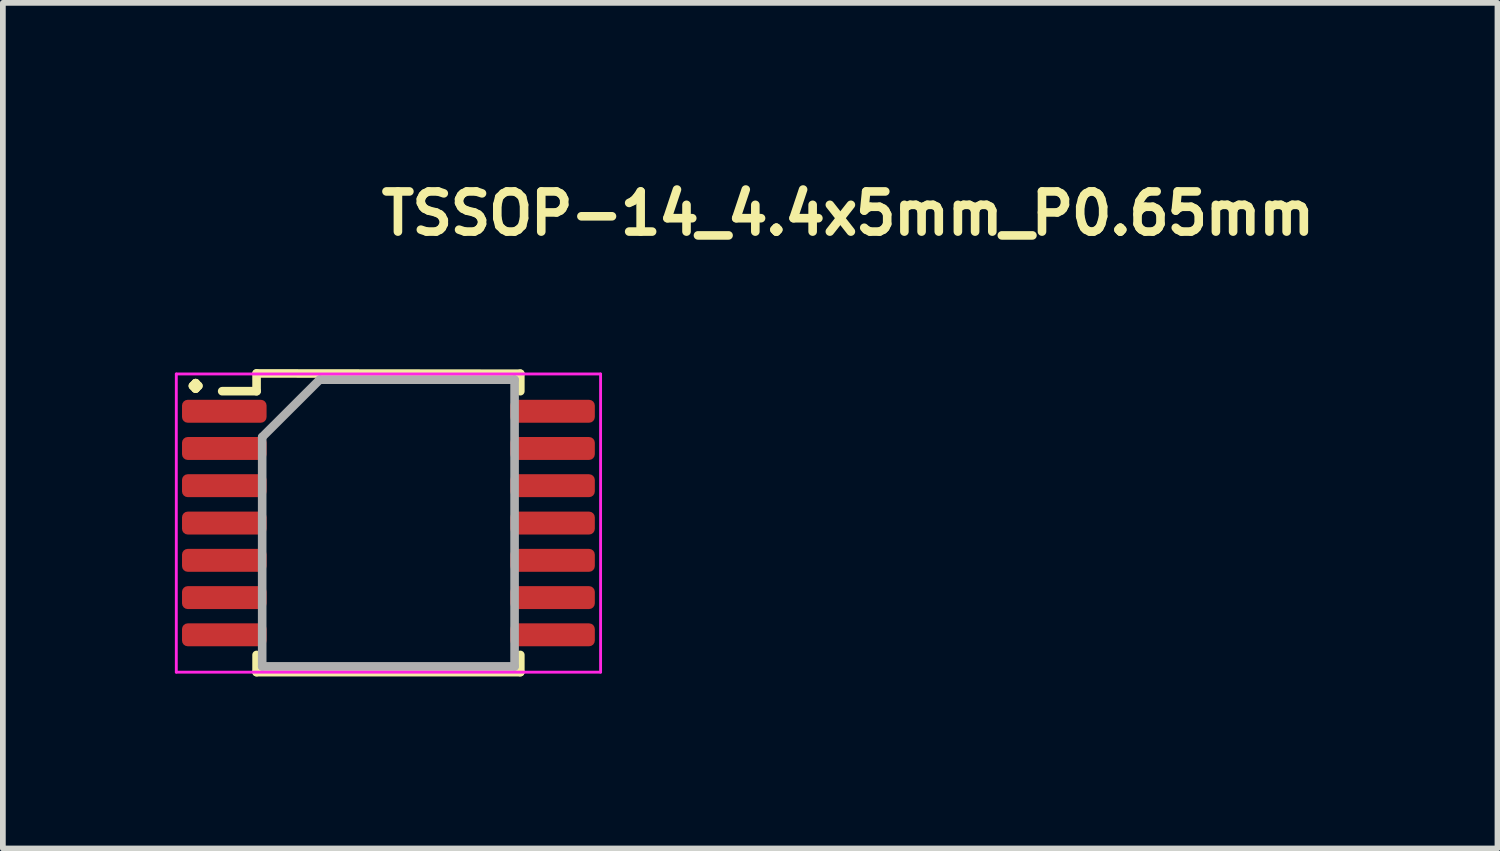
<source format=kicad_pcb>
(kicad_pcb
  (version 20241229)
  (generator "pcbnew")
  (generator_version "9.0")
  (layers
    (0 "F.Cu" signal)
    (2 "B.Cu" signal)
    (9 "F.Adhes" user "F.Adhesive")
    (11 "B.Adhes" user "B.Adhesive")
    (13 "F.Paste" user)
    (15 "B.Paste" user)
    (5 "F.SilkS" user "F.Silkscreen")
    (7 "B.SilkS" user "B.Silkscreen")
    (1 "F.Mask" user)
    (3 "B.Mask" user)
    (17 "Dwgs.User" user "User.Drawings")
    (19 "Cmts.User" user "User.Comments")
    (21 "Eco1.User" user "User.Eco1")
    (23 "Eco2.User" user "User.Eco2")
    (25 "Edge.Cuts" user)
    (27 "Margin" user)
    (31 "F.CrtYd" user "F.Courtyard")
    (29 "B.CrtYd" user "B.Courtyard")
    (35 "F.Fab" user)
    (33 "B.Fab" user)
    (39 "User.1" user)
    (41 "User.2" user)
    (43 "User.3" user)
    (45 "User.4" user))
  (footprint "TSSOP-14_4.4x5mm_P0.65mm"
    (layer "F.Cu")
    (at 3.725 6.073)
    (property "Reference" "TSSOP-14_4.4x5mm_P0.65mm" (at -0.2 -5.4 0) (layer "F.SilkS") (effects (font (size 0.7 0.7) (thickness 0.15)) (justify left)))
    (attr smd)
    (fp_line (start -2.9 -2.3) (end -2.3 -2.3) (stroke (width 0.15) (type solid)) (layer "F.SilkS"))
    (fp_line (start -2.3 -2.61) (end -2.3 -2.3) (stroke (width 0.15) (type solid)) (layer "F.SilkS"))
    (fp_line (start -2.3 -2.61) (end 2.3 -2.605) (stroke (width 0.15) (type solid)) (layer "F.SilkS"))
    (fp_line (start -2.3 2.6) (end -2.3 2.3) (stroke (width 0.15) (type solid)) (layer "F.SilkS"))
    (fp_line (start 2.3 -2.3) (end 2.3 -2.605) (stroke (width 0.15) (type solid)) (layer "F.SilkS"))
    (fp_line (start 2.3 2.3) (end 2.3 2.6) (stroke (width 0.15) (type solid)) (layer "F.SilkS"))
    (fp_line (start 2.3 2.6) (end -2.3 2.6) (stroke (width 0.15) (type solid)) (layer "F.SilkS"))
    (fp_line (start -3.7 -2.6) (end -3.7 2.6) (stroke (width 0.05) (type solid)) (layer "F.CrtYd"))
    (fp_line (start -3.7 2.6) (end 3.7 2.6) (stroke (width 0.05) (type solid)) (layer "F.CrtYd"))
    (fp_line (start 3.7 -2.6) (end -3.7 -2.6) (stroke (width 0.05) (type solid)) (layer "F.CrtYd"))
    (fp_line (start 3.7 2.6) (end 3.7 -2.6) (stroke (width 0.05) (type solid)) (layer "F.CrtYd"))
    (fp_line (start -2.202 -1.5) (end -1.2 -2.5) (stroke (width 0.15) (type solid)) (layer "F.Fab"))
    (fp_line (start -2.202 2.499) (end -2.202 -1.5) (stroke (width 0.15) (type solid)) (layer "F.Fab"))
    (fp_line (start -1.2 -2.5) (end 2.2 -2.5) (stroke (width 0.15) (type solid)) (layer "F.Fab"))
    (fp_line (start 2.2 -2.5) (end 2.2 2.499) (stroke (width 0.15) (type solid)) (layer "F.Fab"))
    (fp_line (start 2.2 2.499) (end -2.202 2.499) (stroke (width 0.15) (type solid)) (layer "F.Fab"))
    (fp_rect (start -2.202 -2.5) (end 2.2 2.499) (stroke (width 0.1) (type solid)) (fill no) (layer "User.5"))
    (fp_line (start -3.27 -2.115) (end -3.27 -1.79) (stroke (width 0.02) (type solid)) (layer "User.9"))
    (fp_line (start -3.27 -1.79) (end -2.21 -1.79) (stroke (width 0.02) (type solid)) (layer "User.9"))
    (fp_line (start -3.27 -1.465) (end -3.27 -1.14) (stroke (width 0.02) (type solid)) (layer "User.9"))
    (fp_line (start -3.27 -1.14) (end -2.21 -1.14) (stroke (width 0.02) (type solid)) (layer "User.9"))
    (fp_line (start -3.27 -0.815) (end -3.27 -0.49) (stroke (width 0.02) (type solid)) (layer "User.9"))
    (fp_line (start -3.27 -0.49) (end -2.21 -0.49) (stroke (width 0.02) (type solid)) (layer "User.9"))
    (fp_line (start -3.27 -0.165) (end -3.27 0.16) (stroke (width 0.02) (type solid)) (layer "User.9"))
    (fp_line (start -3.27 0.16) (end -2.21 0.16) (stroke (width 0.02) (type solid)) (layer "User.9"))
    (fp_line (start -3.27 0.485) (end -3.27 0.81) (stroke (width 0.02) (type solid)) (layer "User.9"))
    (fp_line (start -3.27 0.81) (end -2.21 0.81) (stroke (width 0.02) (type solid)) (layer "User.9"))
    (fp_line (start -3.27 1.135) (end -3.27 1.46) (stroke (width 0.02) (type solid)) (layer "User.9"))
    (fp_line (start -3.27 1.46) (end -2.21 1.46) (stroke (width 0.02) (type solid)) (layer "User.9"))
    (fp_line (start -3.27 1.785) (end -3.27 2.11) (stroke (width 0.02) (type solid)) (layer "User.9"))
    (fp_line (start -3.27 2.11) (end -2.21 2.11) (stroke (width 0.02) (type solid)) (layer "User.9"))
    (fp_line (start -2.21 -2.12) (end -3.27 -2.12) (stroke (width 0.02) (type solid)) (layer "User.9"))
    (fp_line (start -2.21 -1.47) (end -3.27 -1.47) (stroke (width 0.02) (type solid)) (layer "User.9"))
    (fp_line (start -2.21 -0.82) (end -3.27 -0.82) (stroke (width 0.02) (type solid)) (layer "User.9"))
    (fp_line (start -2.21 -0.17) (end -3.27 -0.17) (stroke (width 0.02) (type solid)) (layer "User.9"))
    (fp_line (start -2.21 0.48) (end -3.27 0.48) (stroke (width 0.02) (type solid)) (layer "User.9"))
    (fp_line (start -2.21 1.13) (end -3.27 1.13) (stroke (width 0.02) (type solid)) (layer "User.9"))
    (fp_line (start -2.21 1.78) (end -3.27 1.78) (stroke (width 0.02) (type solid)) (layer "User.9"))
    (fp_line (start -2.202 -2.5) (end 2.2 -2.5) (stroke (width 0.02) (type solid)) (layer "User.9"))
    (fp_line (start -2.202 2.499) (end -2.202 -2.5) (stroke (width 0.02) (type solid)) (layer "User.9"))
    (fp_line (start -2.202 2.499) (end 2.2 2.499) (stroke (width 0.02) (type solid)) (layer "User.9"))
    (fp_line (start -1.901 -1.988) (end -1.901 -1.976) (stroke (width 0.02) (type solid)) (layer "User.9"))
    (fp_line (start -1.901 -1.976) (end -1.901 -1.976) (stroke (width 0.02) (type solid)) (layer "User.9"))
    (fp_line (start -1.901 -1.976) (end -1.901 -1.964) (stroke (width 0.02) (type solid)) (layer "User.9"))
    (fp_line (start -1.901 -1.964) (end -1.899 -1.952) (stroke (width 0.02) (type solid)) (layer "User.9"))
    (fp_line (start -1.899 -2.011) (end -1.899 -2) (stroke (width 0.02) (type solid)) (layer "User.9"))
    (fp_line (start -1.899 -2) (end -1.901 -1.988) (stroke (width 0.02) (type solid)) (layer "User.9"))
    (fp_line (start -1.899 -1.952) (end -1.899 -1.942) (stroke (width 0.02) (type solid)) (layer "User.9"))
    (fp_line (start -1.899 -1.942) (end -1.897 -1.93) (stroke (width 0.02) (type solid)) (layer "User.9"))
    (fp_line (start -1.897 -2.021) (end -1.899 -2.011) (stroke (width 0.02) (type solid)) (layer "User.9"))
    (fp_line (start -1.897 -1.93) (end -1.893 -1.919) (stroke (width 0.02) (type solid)) (layer "User.9"))
    (fp_line (start -1.893 -2.032) (end -1.897 -2.021) (stroke (width 0.02) (type solid)) (layer "User.9"))
    (fp_line (start -1.893 -1.919) (end -1.891 -1.909) (stroke (width 0.02) (type solid)) (layer "User.9"))
    (fp_line (start -1.891 -2.043) (end -1.893 -2.032) (stroke (width 0.02) (type solid)) (layer "User.9"))
    (fp_line (start -1.891 -1.909) (end -1.887 -1.899) (stroke (width 0.02) (type solid)) (layer "User.9"))
    (fp_line (start -1.887 -2.053) (end -1.891 -2.043) (stroke (width 0.02) (type solid)) (layer "User.9"))
    (fp_line (start -1.887 -1.899) (end -1.883 -1.889) (stroke (width 0.02) (type solid)) (layer "User.9"))
    (fp_line (start -1.883 -2.064) (end -1.887 -2.053) (stroke (width 0.02) (type solid)) (layer "User.9"))
    (fp_line (start -1.883 -1.889) (end -1.879 -1.879) (stroke (width 0.02) (type solid)) (layer "User.9"))
    (fp_line (start -1.879 -2.073) (end -1.883 -2.064) (stroke (width 0.02) (type solid)) (layer "User.9"))
    (fp_line (start -1.879 -1.879) (end -1.873 -1.869) (stroke (width 0.02) (type solid)) (layer "User.9"))
    (fp_line (start -1.873 -2.084) (end -1.879 -2.073) (stroke (width 0.02) (type solid)) (layer "User.9"))
    (fp_line (start -1.873 -1.869) (end -1.869 -1.859) (stroke (width 0.02) (type solid)) (layer "User.9"))
    (fp_line (start -1.869 -2.093) (end -1.873 -2.084) (stroke (width 0.02) (type solid)) (layer "User.9"))
    (fp_line (start -1.869 -1.859) (end -1.863 -1.851) (stroke (width 0.02) (type solid)) (layer "User.9"))
    (fp_line (start -1.863 -2.101) (end -1.869 -2.093) (stroke (width 0.02) (type solid)) (layer "User.9"))
    (fp_line (start -1.863 -1.851) (end -1.857 -1.841) (stroke (width 0.02) (type solid)) (layer "User.9"))
    (fp_line (start -1.857 -2.11) (end -1.863 -2.101) (stroke (width 0.02) (type solid)) (layer "User.9"))
    (fp_line (start -1.857 -1.841) (end -1.849 -1.833) (stroke (width 0.02) (type solid)) (layer "User.9"))
    (fp_line (start -1.849 -2.12) (end -1.857 -2.11) (stroke (width 0.02) (type solid)) (layer "User.9"))
    (fp_line (start -1.849 -1.833) (end -1.843 -1.825) (stroke (width 0.02) (type solid)) (layer "User.9"))
    (fp_line (start -1.843 -2.128) (end -1.849 -2.12) (stroke (width 0.02) (type solid)) (layer "User.9"))
    (fp_line (start -1.843 -1.825) (end -1.835 -1.817) (stroke (width 0.02) (type solid)) (layer "User.9"))
    (fp_line (start -1.835 -2.136) (end -1.843 -2.128) (stroke (width 0.02) (type solid)) (layer "User.9"))
    (fp_line (start -1.835 -1.817) (end -1.827 -1.809) (stroke (width 0.02) (type solid)) (layer "User.9"))
    (fp_line (start -1.827 -2.142) (end -1.835 -2.136) (stroke (width 0.02) (type solid)) (layer "User.9"))
    (fp_line (start -1.827 -1.809) (end -1.819 -1.803) (stroke (width 0.02) (type solid)) (layer "User.9"))
    (fp_line (start -1.819 -2.149) (end -1.827 -2.142) (stroke (width 0.02) (type solid)) (layer "User.9"))
    (fp_line (start -1.819 -1.803) (end -1.811 -1.795) (stroke (width 0.02) (type solid)) (layer "User.9"))
    (fp_line (start -1.811 -2.157) (end -1.819 -2.149) (stroke (width 0.02) (type solid)) (layer "User.9"))
    (fp_line (start -1.811 -1.795) (end -1.801 -1.79) (stroke (width 0.02) (type solid)) (layer "User.9"))
    (fp_line (start -1.801 -2.162) (end -1.811 -2.157) (stroke (width 0.02) (type solid)) (layer "User.9"))
    (fp_line (start -1.801 -1.79) (end -1.792 -1.784) (stroke (width 0.02) (type solid)) (layer "User.9"))
    (fp_line (start -1.792 -2.169) (end -1.801 -2.162) (stroke (width 0.02) (type solid)) (layer "User.9"))
    (fp_line (start -1.792 -1.784) (end -1.784 -1.778) (stroke (width 0.02) (type solid)) (layer "User.9"))
    (fp_line (start -1.784 -2.173) (end -1.792 -2.169) (stroke (width 0.02) (type solid)) (layer "User.9"))
    (fp_line (start -1.784 -1.778) (end -1.774 -1.774) (stroke (width 0.02) (type solid)) (layer "User.9"))
    (fp_line (start -1.774 -2.178) (end -1.784 -2.173) (stroke (width 0.02) (type solid)) (layer "User.9"))
    (fp_line (start -1.774 -1.774) (end -1.764 -1.768) (stroke (width 0.02) (type solid)) (layer "User.9"))
    (fp_line (start -1.764 -2.183) (end -1.774 -2.178) (stroke (width 0.02) (type solid)) (layer "User.9"))
    (fp_line (start -1.764 -1.768) (end -1.754 -1.764) (stroke (width 0.02) (type solid)) (layer "User.9"))
    (fp_line (start -1.754 -2.187) (end -1.764 -2.183) (stroke (width 0.02) (type solid)) (layer "User.9"))
    (fp_line (start -1.754 -1.764) (end -1.742 -1.762) (stroke (width 0.02) (type solid)) (layer "User.9"))
    (fp_line (start -1.742 -2.19) (end -1.754 -2.187) (stroke (width 0.02) (type solid)) (layer "User.9"))
    (fp_line (start -1.742 -1.762) (end -1.732 -1.758) (stroke (width 0.02) (type solid)) (layer "User.9"))
    (fp_line (start -1.732 -2.194) (end -1.742 -2.19) (stroke (width 0.02) (type solid)) (layer "User.9"))
    (fp_line (start -1.732 -1.758) (end -1.722 -1.756) (stroke (width 0.02) (type solid)) (layer "User.9"))
    (fp_line (start -1.722 -2.197) (end -1.732 -2.194) (stroke (width 0.02) (type solid)) (layer "User.9"))
    (fp_line (start -1.722 -1.756) (end -1.71 -1.754) (stroke (width 0.02) (type solid)) (layer "User.9"))
    (fp_line (start -1.71 -2.198) (end -1.722 -2.197) (stroke (width 0.02) (type solid)) (layer "User.9"))
    (fp_line (start -1.71 -1.754) (end -1.7 -1.752) (stroke (width 0.02) (type solid)) (layer "User.9"))
    (fp_line (start -1.7 -2.199) (end -1.71 -2.198) (stroke (width 0.02) (type solid)) (layer "User.9"))
    (fp_line (start -1.7 -1.752) (end -1.688 -1.752) (stroke (width 0.02) (type solid)) (layer "User.9"))
    (fp_line (start -1.688 -2.201) (end -1.7 -2.199) (stroke (width 0.02) (type solid)) (layer "User.9"))
    (fp_line (start -1.688 -1.752) (end -1.676 -1.75) (stroke (width 0.02) (type solid)) (layer "User.9"))
    (fp_line (start -1.676 -2.202) (end -1.688 -2.201) (stroke (width 0.02) (type solid)) (layer "User.9"))
    (fp_line (start -1.676 -2.202) (end -1.676 -2.202) (stroke (width 0.02) (type solid)) (layer "User.9"))
    (fp_line (start -1.676 -1.75) (end -1.676 -1.75) (stroke (width 0.02) (type solid)) (layer "User.9"))
    (fp_line (start -1.676 -1.75) (end -1.665 -1.752) (stroke (width 0.02) (type solid)) (layer "User.9"))
    (fp_line (start -1.665 -2.201) (end -1.676 -2.202) (stroke (width 0.02) (type solid)) (layer "User.9"))
    (fp_line (start -1.665 -1.752) (end -1.653 -1.752) (stroke (width 0.02) (type solid)) (layer "User.9"))
    (fp_line (start -1.653 -2.199) (end -1.665 -2.201) (stroke (width 0.02) (type solid)) (layer "User.9"))
    (fp_line (start -1.653 -1.752) (end -1.641 -1.754) (stroke (width 0.02) (type solid)) (layer "User.9"))
    (fp_line (start -1.641 -2.198) (end -1.653 -2.199) (stroke (width 0.02) (type solid)) (layer "User.9"))
    (fp_line (start -1.641 -1.754) (end -1.631 -1.756) (stroke (width 0.02) (type solid)) (layer "User.9"))
    (fp_line (start -1.631 -2.197) (end -1.641 -2.198) (stroke (width 0.02) (type solid)) (layer "User.9"))
    (fp_line (start -1.631 -1.756) (end -1.619 -1.758) (stroke (width 0.02) (type solid)) (layer "User.9"))
    (fp_line (start -1.619 -2.194) (end -1.631 -2.197) (stroke (width 0.02) (type solid)) (layer "User.9"))
    (fp_line (start -1.619 -1.758) (end -1.609 -1.762) (stroke (width 0.02) (type solid)) (layer "User.9"))
    (fp_line (start -1.609 -2.19) (end -1.619 -2.194) (stroke (width 0.02) (type solid)) (layer "User.9"))
    (fp_line (start -1.609 -1.762) (end -1.599 -1.764) (stroke (width 0.02) (type solid)) (layer "User.9"))
    (fp_line (start -1.599 -2.187) (end -1.609 -2.19) (stroke (width 0.02) (type solid)) (layer "User.9"))
    (fp_line (start -1.599 -1.764) (end -1.589 -1.768) (stroke (width 0.02) (type solid)) (layer "User.9"))
    (fp_line (start -1.589 -2.183) (end -1.599 -2.187) (stroke (width 0.02) (type solid)) (layer "User.9"))
    (fp_line (start -1.589 -1.768) (end -1.579 -1.774) (stroke (width 0.02) (type solid)) (layer "User.9"))
    (fp_line (start -1.579 -2.178) (end -1.589 -2.183) (stroke (width 0.02) (type solid)) (layer "User.9"))
    (fp_line (start -1.579 -1.774) (end -1.569 -1.778) (stroke (width 0.02) (type solid)) (layer "User.9"))
    (fp_line (start -1.569 -2.173) (end -1.579 -2.178) (stroke (width 0.02) (type solid)) (layer "User.9"))
    (fp_line (start -1.569 -1.778) (end -1.559 -1.784) (stroke (width 0.02) (type solid)) (layer "User.9"))
    (fp_line (start -1.559 -2.169) (end -1.569 -2.173) (stroke (width 0.02) (type solid)) (layer "User.9"))
    (fp_line (start -1.559 -1.784) (end -1.551 -1.79) (stroke (width 0.02) (type solid)) (layer "User.9"))
    (fp_line (start -1.551 -2.162) (end -1.559 -2.169) (stroke (width 0.02) (type solid)) (layer "User.9"))
    (fp_line (start -1.551 -1.79) (end -1.541 -1.795) (stroke (width 0.02) (type solid)) (layer "User.9"))
    (fp_line (start -1.541 -2.157) (end -1.551 -2.162) (stroke (width 0.02) (type solid)) (layer "User.9"))
    (fp_line (start -1.541 -1.795) (end -1.532 -1.803) (stroke (width 0.02) (type solid)) (layer "User.9"))
    (fp_line (start -1.532 -2.149) (end -1.541 -2.157) (stroke (width 0.02) (type solid)) (layer "User.9"))
    (fp_line (start -1.532 -1.803) (end -1.524 -1.809) (stroke (width 0.02) (type solid)) (layer "User.9"))
    (fp_line (start -1.524 -2.142) (end -1.532 -2.149) (stroke (width 0.02) (type solid)) (layer "User.9"))
    (fp_line (start -1.524 -1.809) (end -1.516 -1.817) (stroke (width 0.02) (type solid)) (layer "User.9"))
    (fp_line (start -1.516 -2.136) (end -1.524 -2.142) (stroke (width 0.02) (type solid)) (layer "User.9"))
    (fp_line (start -1.516 -1.817) (end -1.51 -1.825) (stroke (width 0.02) (type solid)) (layer "User.9"))
    (fp_line (start -1.51 -2.128) (end -1.516 -2.136) (stroke (width 0.02) (type solid)) (layer "User.9"))
    (fp_line (start -1.51 -1.825) (end -1.502 -1.833) (stroke (width 0.02) (type solid)) (layer "User.9"))
    (fp_line (start -1.502 -2.12) (end -1.51 -2.128) (stroke (width 0.02) (type solid)) (layer "User.9"))
    (fp_line (start -1.502 -1.833) (end -1.496 -1.841) (stroke (width 0.02) (type solid)) (layer "User.9"))
    (fp_line (start -1.496 -2.11) (end -1.502 -2.12) (stroke (width 0.02) (type solid)) (layer "User.9"))
    (fp_line (start -1.496 -1.841) (end -1.49 -1.851) (stroke (width 0.02) (type solid)) (layer "User.9"))
    (fp_line (start -1.49 -2.101) (end -1.496 -2.11) (stroke (width 0.02) (type solid)) (layer "User.9"))
    (fp_line (start -1.49 -1.851) (end -1.484 -1.859) (stroke (width 0.02) (type solid)) (layer "User.9"))
    (fp_line (start -1.484 -2.093) (end -1.49 -2.101) (stroke (width 0.02) (type solid)) (layer "User.9"))
    (fp_line (start -1.484 -1.859) (end -1.478 -1.869) (stroke (width 0.02) (type solid)) (layer "User.9"))
    (fp_line (start -1.478 -2.084) (end -1.484 -2.093) (stroke (width 0.02) (type solid)) (layer "User.9"))
    (fp_line (start -1.478 -1.869) (end -1.474 -1.879) (stroke (width 0.02) (type solid)) (layer "User.9"))
    (fp_line (start -1.474 -2.073) (end -1.478 -2.084) (stroke (width 0.02) (type solid)) (layer "User.9"))
    (fp_line (start -1.474 -1.879) (end -1.468 -1.889) (stroke (width 0.02) (type solid)) (layer "User.9"))
    (fp_line (start -1.468 -2.064) (end -1.474 -2.073) (stroke (width 0.02) (type solid)) (layer "User.9"))
    (fp_line (start -1.468 -1.889) (end -1.464 -1.899) (stroke (width 0.02) (type solid)) (layer "User.9"))
    (fp_line (start -1.464 -2.053) (end -1.468 -2.064) (stroke (width 0.02) (type solid)) (layer "User.9"))
    (fp_line (start -1.464 -1.899) (end -1.462 -1.909) (stroke (width 0.02) (type solid)) (layer "User.9"))
    (fp_line (start -1.462 -2.043) (end -1.464 -2.053) (stroke (width 0.02) (type solid)) (layer "User.9"))
    (fp_line (start -1.462 -1.909) (end -1.458 -1.919) (stroke (width 0.02) (type solid)) (layer "User.9"))
    (fp_line (start -1.458 -2.032) (end -1.462 -2.043) (stroke (width 0.02) (type solid)) (layer "User.9"))
    (fp_line (start -1.458 -1.919) (end -1.456 -1.93) (stroke (width 0.02) (type solid)) (layer "User.9"))
    (fp_line (start -1.456 -2.021) (end -1.458 -2.032) (stroke (width 0.02) (type solid)) (layer "User.9"))
    (fp_line (start -1.456 -1.93) (end -1.454 -1.942) (stroke (width 0.02) (type solid)) (layer "User.9"))
    (fp_line (start -1.454 -2.011) (end -1.456 -2.021) (stroke (width 0.02) (type solid)) (layer "User.9"))
    (fp_line (start -1.454 -1.942) (end -1.452 -1.952) (stroke (width 0.02) (type solid)) (layer "User.9"))
    (fp_line (start -1.452 -2) (end -1.454 -2.011) (stroke (width 0.02) (type solid)) (layer "User.9"))
    (fp_line (start -1.452 -1.988) (end -1.452 -2) (stroke (width 0.02) (type solid)) (layer "User.9"))
    (fp_line (start -1.452 -1.964) (end -1.45 -1.976) (stroke (width 0.02) (type solid)) (layer "User.9"))
    (fp_line (start -1.452 -1.952) (end -1.452 -1.964) (stroke (width 0.02) (type solid)) (layer "User.9"))
    (fp_line (start -1.45 -1.976) (end -1.452 -1.988) (stroke (width 0.02) (type solid)) (layer "User.9"))
    (fp_line (start -1.45 -1.976) (end -1.45 -1.976) (stroke (width 0.02) (type solid)) (layer "User.9"))
    (fp_line (start -1.45 -1.976) (end -1.45 -1.976) (stroke (width 0.02) (type solid)) (layer "User.9"))
    (fp_line (start 2.2 -2.12) (end 3.26 -2.12) (stroke (width 0.02) (type solid)) (layer "User.9"))
    (fp_line (start 2.2 -1.47) (end 3.26 -1.47) (stroke (width 0.02) (type solid)) (layer "User.9"))
    (fp_line (start 2.2 -0.82) (end 3.26 -0.82) (stroke (width 0.02) (type solid)) (layer "User.9"))
    (fp_line (start 2.2 -0.17) (end 3.26 -0.17) (stroke (width 0.02) (type solid)) (layer "User.9"))
    (fp_line (start 2.2 0.48) (end 3.26 0.48) (stroke (width 0.02) (type solid)) (layer "User.9"))
    (fp_line (start 2.2 1.13) (end 3.26 1.13) (stroke (width 0.02) (type solid)) (layer "User.9"))
    (fp_line (start 2.2 1.78) (end 3.26 1.78) (stroke (width 0.02) (type solid)) (layer "User.9"))
    (fp_line (start 2.2 2.499) (end 2.2 -2.5) (stroke (width 0.02) (type solid)) (layer "User.9"))
    (fp_line (start 3.26 -2.115) (end 3.26 -1.79) (stroke (width 0.02) (type solid)) (layer "User.9"))
    (fp_line (start 3.26 -1.79) (end 2.2 -1.79) (stroke (width 0.02) (type solid)) (layer "User.9"))
    (fp_line (start 3.26 -1.465) (end 3.26 -1.14) (stroke (width 0.02) (type solid)) (layer "User.9"))
    (fp_line (start 3.26 -1.14) (end 2.2 -1.14) (stroke (width 0.02) (type solid)) (layer "User.9"))
    (fp_line (start 3.26 -0.815) (end 3.26 -0.49) (stroke (width 0.02) (type solid)) (layer "User.9"))
    (fp_line (start 3.26 -0.49) (end 2.2 -0.49) (stroke (width 0.02) (type solid)) (layer "User.9"))
    (fp_line (start 3.26 -0.165) (end 3.26 0.16) (stroke (width 0.02) (type solid)) (layer "User.9"))
    (fp_line (start 3.26 0.16) (end 2.2 0.16) (stroke (width 0.02) (type solid)) (layer "User.9"))
    (fp_line (start 3.26 0.485) (end 3.26 0.81) (stroke (width 0.02) (type solid)) (layer "User.9"))
    (fp_line (start 3.26 0.81) (end 2.2 0.81) (stroke (width 0.02) (type solid)) (layer "User.9"))
    (fp_line (start 3.26 1.135) (end 3.26 1.46) (stroke (width 0.02) (type solid)) (layer "User.9"))
    (fp_line (start 3.26 1.46) (end 2.2 1.46) (stroke (width 0.02) (type solid)) (layer "User.9"))
    (fp_line (start 3.26 1.785) (end 3.26 2.11) (stroke (width 0.02) (type solid)) (layer "User.9"))
    (fp_line (start 3.26 2.11) (end 2.2 2.11) (stroke (width 0.02) (type solid)) (layer "User.9"))
    (fp_text user "." (at -3.7 -2.8 0) (layer "F.SilkS") (effects (font (size 1 1) (thickness 0.15)) (justify left)))
    (pad "1" smd roundrect (at -2.863 -1.95) (size 1.475 0.4) (layers "F.Cu" "F.Mask" "F.Paste") (roundrect_rratio 0.25))
    (pad "2" smd roundrect (at -2.863 -1.301) (size 1.475 0.4) (layers "F.Cu" "F.Mask" "F.Paste") (roundrect_rratio 0.25))
    (pad "3" smd roundrect (at -2.863 -0.652) (size 1.475 0.4) (layers "F.Cu" "F.Mask" "F.Paste") (roundrect_rratio 0.25))
    (pad "4" smd roundrect (at -2.863 0) (size 1.475 0.4) (layers "F.Cu" "F.Mask" "F.Paste") (roundrect_rratio 0.25))
    (pad "5" smd roundrect (at -2.863 0.65) (size 1.475 0.4) (layers "F.Cu" "F.Mask" "F.Paste") (roundrect_rratio 0.25))
    (pad "6" smd roundrect (at -2.863 1.3) (size 1.475 0.4) (layers "F.Cu" "F.Mask" "F.Paste") (roundrect_rratio 0.25))
    (pad "7" smd roundrect (at -2.863 1.949) (size 1.475 0.4) (layers "F.Cu" "F.Mask" "F.Paste") (roundrect_rratio 0.25))
    (pad "8" smd roundrect (at 2.862 1.949) (size 1.475 0.4) (layers "F.Cu" "F.Mask" "F.Paste") (roundrect_rratio 0.25))
    (pad "9" smd roundrect (at 2.862 1.3) (size 1.475 0.4) (layers "F.Cu" "F.Mask" "F.Paste") (roundrect_rratio 0.25))
    (pad "10" smd roundrect (at 2.862 0.65) (size 1.475 0.4) (layers "F.Cu" "F.Mask" "F.Paste") (roundrect_rratio 0.25))
    (pad "11" smd roundrect (at 2.862 0) (size 1.475 0.4) (layers "F.Cu" "F.Mask" "F.Paste") (roundrect_rratio 0.25))
    (pad "12" smd roundrect (at 2.862 -0.652) (size 1.475 0.4) (layers "F.Cu" "F.Mask" "F.Paste") (roundrect_rratio 0.25))
    (pad "13" smd roundrect (at 2.862 -1.301) (size 1.475 0.4) (layers "F.Cu" "F.Mask" "F.Paste") (roundrect_rratio 0.25))
    (pad "14" smd roundrect (at 2.862 -1.95) (size 1.475 0.4) (layers "F.Cu" "F.Mask" "F.Paste") (roundrect_rratio 0.25)))
  (gr_rect
    (start -3 -3)
    (end 23.068 11.748)
    (stroke (width 0.1) (type default))
    (fill no)
    (layer "Edge.Cuts")))
</source>
